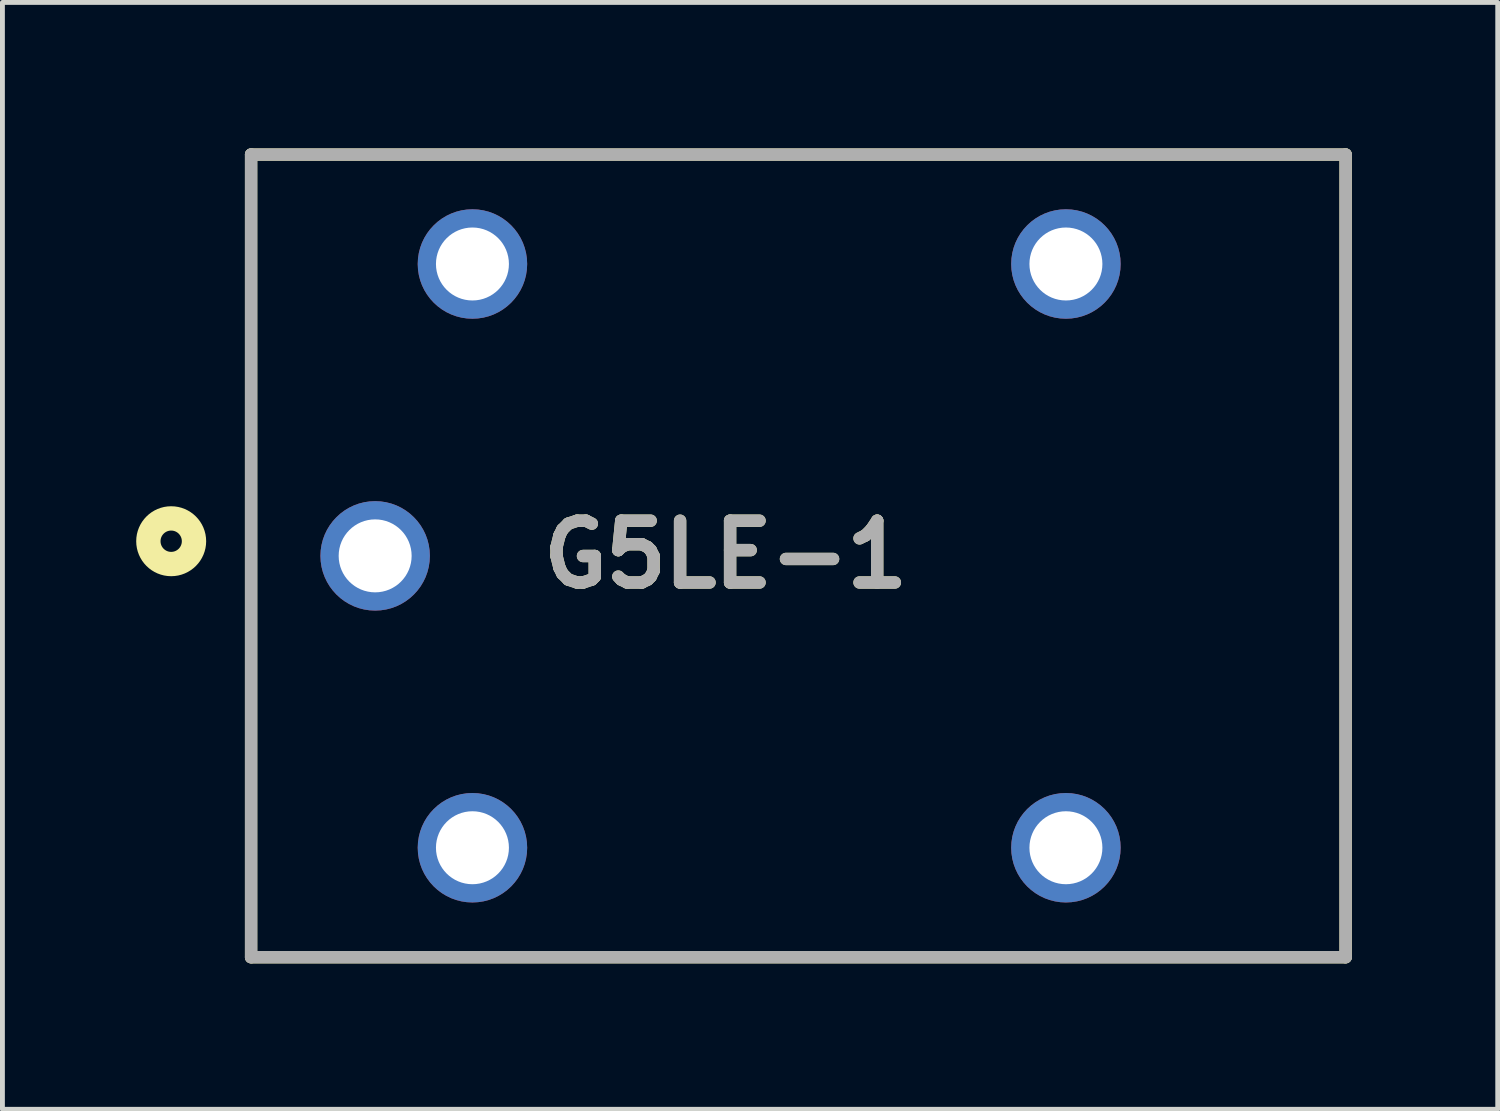
<source format=kicad_pcb>
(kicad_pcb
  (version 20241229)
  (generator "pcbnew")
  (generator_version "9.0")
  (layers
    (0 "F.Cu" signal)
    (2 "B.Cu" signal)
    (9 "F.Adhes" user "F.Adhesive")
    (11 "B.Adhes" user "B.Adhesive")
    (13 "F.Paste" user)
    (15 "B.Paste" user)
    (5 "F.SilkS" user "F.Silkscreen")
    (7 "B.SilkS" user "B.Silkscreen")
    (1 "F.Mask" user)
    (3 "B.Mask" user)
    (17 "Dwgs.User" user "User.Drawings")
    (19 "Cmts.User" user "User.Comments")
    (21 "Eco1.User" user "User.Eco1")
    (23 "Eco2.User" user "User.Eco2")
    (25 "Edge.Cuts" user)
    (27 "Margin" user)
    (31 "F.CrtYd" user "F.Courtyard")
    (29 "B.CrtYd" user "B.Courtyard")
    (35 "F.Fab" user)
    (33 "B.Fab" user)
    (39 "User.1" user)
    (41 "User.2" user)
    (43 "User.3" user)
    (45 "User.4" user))
  (footprint "G5LE-1"
    (layer "F.Cu")
    (at 2.112 14.377)
    (property "Reference" "G5LE-1" (at 9.756 -6.027 0) (layer "F.SilkS") (effects (font (size 1.27 1.27) (thickness 0.254))))
    (attr through_hole)
    (fp_line (start 0 -14.25) (end 0 2.25) (stroke (width 0.254) (type solid)) (layer "F.SilkS"))
    (fp_line (start 0 2.25) (end 22.5 2.25) (stroke (width 0.254) (type solid)) (layer "F.SilkS"))
    (fp_line (start 22.5 -14.25) (end 0 -14.25) (stroke (width 0.254) (type solid)) (layer "F.SilkS"))
    (fp_line (start 22.5 2.25) (end 22.5 -14.25) (stroke (width 0.254) (type solid)) (layer "F.SilkS"))
    (fp_circle (center -1.643 -6.301) (end -1.643 -6.082) (stroke (width 0.5) (type solid)) (fill no) (layer "F.SilkS"))
    (fp_line (start 0 -14.25) (end 22.5 -14.25) (stroke (width 0.254) (type solid)) (layer "F.Fab"))
    (fp_line (start 0 2.25) (end 0 -14.25) (stroke (width 0.254) (type solid)) (layer "F.Fab"))
    (fp_line (start 22.5 -14.25) (end 22.5 2.25) (stroke (width 0.254) (type solid)) (layer "F.Fab"))
    (fp_line (start 22.5 2.25) (end 0 2.25) (stroke (width 0.254) (type solid)) (layer "F.Fab"))
    (fp_text user "${REFERENCE}" (at 9.756 -6.027 0) (layer "F.Fab") (effects (font (size 1.27 1.27) (thickness 0.254))))
    (pad "1" thru_hole circle (at 2.55 -6) (size 2.25 2.25) (drill 1.5) (layers "*.Cu" "*.Mask"))
    (pad "2" thru_hole circle (at 4.55 0) (size 2.25 2.25) (drill 1.5) (layers "*.Cu" "*.Mask"))
    (pad "3" thru_hole circle (at 16.75 0) (size 2.25 2.25) (drill 1.5) (layers "*.Cu" "*.Mask"))
    (pad "4" thru_hole circle (at 16.75 -12) (size 2.25 2.25) (drill 1.5) (layers "*.Cu" "*.Mask"))
    (pad "5" thru_hole circle (at 4.55 -12) (size 2.25 2.25) (drill 1.5) (layers "*.Cu" "*.Mask")))
  (gr_rect
    (start -3 -3)
    (end 27.739 19.754)
    (stroke (width 0.1) (type default))
    (fill no)
    (layer "Edge.Cuts")))
</source>
